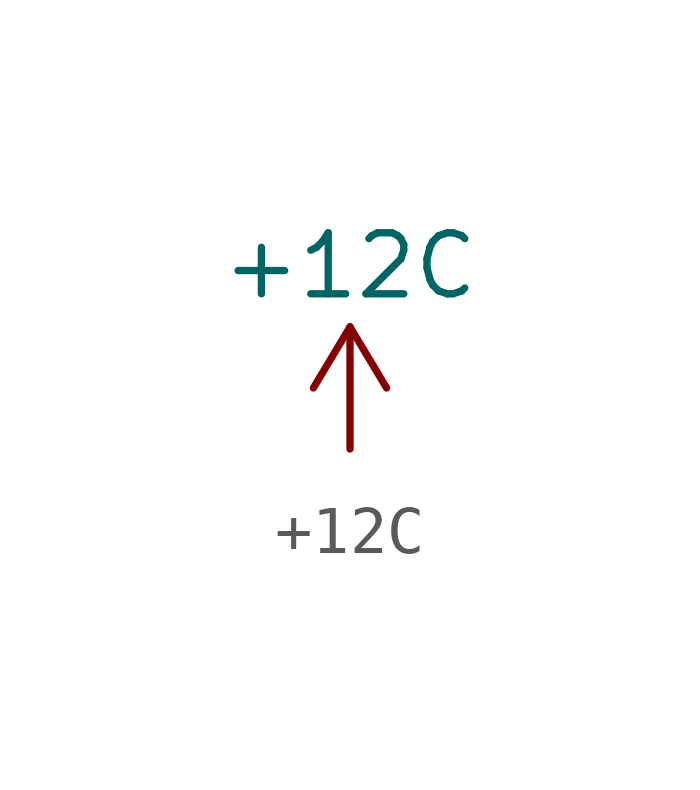
<source format=kicad_sym>
(kicad_symbol_lib
  (version 20201005)
  (generator kicad_symbol_editor)
  (symbol "+12C"
    (power)
    (pin_names
      (offset 0))
    (property "Reference" "#PWR"
      (at 0 -3.81 0)
      (effects (font (size 1.27 1.27)) hide))
    (property "Value" "+12C"
      (at 0 3.81 0)
      (effects (font (size 1.27 1.27))))
    (symbol "+12C_0_1"
      (polyline (pts (xy -0.762 1.27) (xy 0 2.54)) (stroke (width 0)) (fill (type none)))
      (polyline (pts (xy 0 0) (xy 0 2.54)) (stroke (width 0)) (fill (type none)))
      (polyline (pts (xy 0 2.54) (xy 0.762 1.27)) (stroke (width 0)) (fill (type none))))
    (symbol "+12C_1_1"
      (pin power_in line (at 0 0 90) (length 0) hide (name "+12C" (effects (font (size 1.27 1.27)))) (number "1" (effects (font (size 1.27 1.27))))))))
</source>
